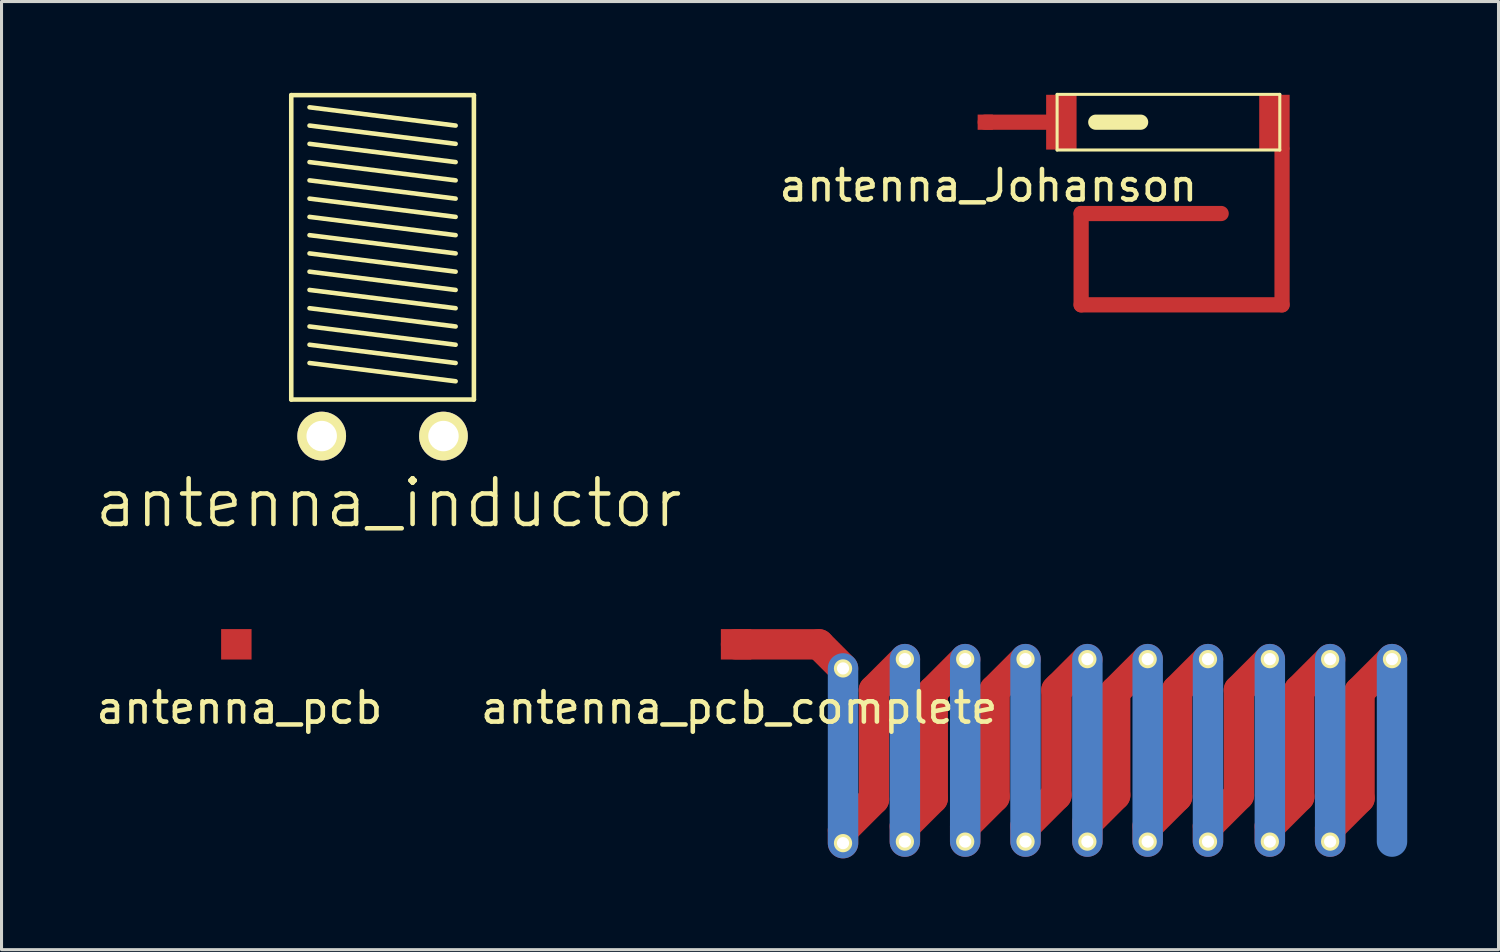
<source format=kicad_pcb>
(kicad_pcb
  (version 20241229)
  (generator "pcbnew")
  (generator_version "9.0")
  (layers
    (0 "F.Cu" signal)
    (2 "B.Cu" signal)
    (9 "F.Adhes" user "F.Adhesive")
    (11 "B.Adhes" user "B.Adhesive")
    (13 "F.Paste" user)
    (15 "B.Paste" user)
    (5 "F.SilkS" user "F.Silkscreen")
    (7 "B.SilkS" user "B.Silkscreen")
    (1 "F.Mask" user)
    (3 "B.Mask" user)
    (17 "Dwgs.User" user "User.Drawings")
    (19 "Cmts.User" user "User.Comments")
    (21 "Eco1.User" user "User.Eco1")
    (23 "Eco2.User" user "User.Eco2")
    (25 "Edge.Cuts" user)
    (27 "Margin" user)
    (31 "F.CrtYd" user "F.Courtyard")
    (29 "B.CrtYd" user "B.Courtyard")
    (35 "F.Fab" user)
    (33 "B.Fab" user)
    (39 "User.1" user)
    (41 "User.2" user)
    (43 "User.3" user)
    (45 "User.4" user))
  (footprint "antenna_pcb"
    (layer "F.Cu")
    (at 4.714 18.116)
    (property "Reference" "antenna_pcb" (at 0.102 2.083 0) (layer "F.SilkS") (effects (font (size 1 1) (thickness 0.15))))
    (attr through_hole)
    (pad "1" smd rect (at 0 0) (size 1 1) (layers "F.Cu")))
  (footprint "antenna_inductor"
    (layer "F.Cu")
    (at 9.518 10.075)
    (property "Reference" "antenna_inductor" (at 0.2 3.4 0) (layer "F.SilkS") (effects (font (size 1.5 1.5) (thickness 0.15))))
    (attr through_hole)
    (fp_line (start -3 -10) (end 3 -10) (stroke (width 0.15) (type solid)) (layer "F.SilkS"))
    (fp_line (start -3 0) (end -3 -10) (stroke (width 0.15) (type solid)) (layer "F.SilkS"))
    (fp_line (start -3 0) (end 3 0) (stroke (width 0.15) (type solid)) (layer "F.SilkS"))
    (fp_line (start -2.4 -9.6) (end 2.4 -9) (stroke (width 0.15) (type solid)) (layer "F.SilkS"))
    (fp_line (start -2.4 -9) (end 2.4 -8.4) (stroke (width 0.15) (type solid)) (layer "F.SilkS"))
    (fp_line (start -2.4 -8.4) (end 2.4 -7.8) (stroke (width 0.15) (type solid)) (layer "F.SilkS"))
    (fp_line (start -2.4 -7.8) (end 2.4 -7.2) (stroke (width 0.15) (type solid)) (layer "F.SilkS"))
    (fp_line (start -2.4 -7.2) (end 2.4 -6.6) (stroke (width 0.15) (type solid)) (layer "F.SilkS"))
    (fp_line (start -2.4 -6.6) (end 2.4 -6) (stroke (width 0.15) (type solid)) (layer "F.SilkS"))
    (fp_line (start -2.4 -6) (end 2.4 -5.4) (stroke (width 0.15) (type solid)) (layer "F.SilkS"))
    (fp_line (start -2.4 -5.4) (end 2.4 -4.8) (stroke (width 0.15) (type solid)) (layer "F.SilkS"))
    (fp_line (start -2.4 -4.8) (end 2.4 -4.2) (stroke (width 0.15) (type solid)) (layer "F.SilkS"))
    (fp_line (start -2.4 -4.2) (end 2.4 -3.6) (stroke (width 0.15) (type solid)) (layer "F.SilkS"))
    (fp_line (start -2.4 -3.6) (end 2.4 -3) (stroke (width 0.15) (type solid)) (layer "F.SilkS"))
    (fp_line (start -2.4 -3) (end 2.4 -2.4) (stroke (width 0.15) (type solid)) (layer "F.SilkS"))
    (fp_line (start -2.4 -2.4) (end 2.4 -1.8) (stroke (width 0.15) (type solid)) (layer "F.SilkS"))
    (fp_line (start -2.4 -1.8) (end 2.4 -1.2) (stroke (width 0.15) (type solid)) (layer "F.SilkS"))
    (fp_line (start -2.4 -1.2) (end 2.4 -0.6) (stroke (width 0.15) (type solid)) (layer "F.SilkS"))
    (fp_line (start 3 0) (end 3 -10) (stroke (width 0.15) (type solid)) (layer "F.SilkS"))
    (pad "1" thru_hole circle (at -2 1.2) (size 1.6 1.6) (drill 1) (layers "*.Cu" "*.Mask" "F.SilkS"))
    (pad "2" thru_hole circle (at 2 1.2) (size 1.6 1.6) (drill 1) (layers "*.Cu" "*.Mask" "F.SilkS")))
  (footprint "antenna_Johanson"
    (layer "F.Cu")
    (at 29.316 0.964)
    (property "Reference" "antenna_Johanson" (at 0.102 2.083 0) (layer "F.SilkS") (effects (font (size 1 1) (thickness 0.15))))
    (attr through_hole)
    (fp_line (start 0 0) (end 2 0) (stroke (width 0.5) (type solid)) (layer "F.Cu"))
    (fp_line (start 3.15 3) (end 7.75 3) (stroke (width 0.5) (type solid)) (layer "F.Cu"))
    (fp_line (start 3.15 6) (end 3.15 3) (stroke (width 0.5) (type solid)) (layer "F.Cu"))
    (fp_line (start 9.75 0.9) (end 9.75 6) (stroke (width 0.5) (type solid)) (layer "F.Cu"))
    (fp_line (start 9.75 6) (end 3.15 6) (stroke (width 0.5) (type solid)) (layer "F.Cu"))
    (fp_line (start 2.361 -0.914) (end 9.676 -0.914) (stroke (width 0.1) (type solid)) (layer "F.SilkS"))
    (fp_line (start 2.361 0.914) (end 2.361 -0.914) (stroke (width 0.1) (type solid)) (layer "F.SilkS"))
    (fp_line (start 3.631 0) (end 5.104 0) (stroke (width 0.5) (type solid)) (layer "F.SilkS"))
    (fp_line (start 9.676 -0.914) (end 9.676 0.914) (stroke (width 0.1) (type solid)) (layer "F.SilkS"))
    (fp_line (start 9.676 0.914) (end 2.361 0.914) (stroke (width 0.1) (type solid)) (layer "F.SilkS"))
    (pad "" connect rect (at 2.5 0) (size 1 1.8) (layers "F.Cu" "F.Mask"))
    (pad "" connect rect (at 9.5 0) (size 1 1.8) (layers "F.Cu" "F.Mask"))
    (pad "1" smd rect (at 0 0) (size 0.5 0.5) (layers "F.Cu")))
  (footprint "antenna_pcb_complete"
    (layer "F.Cu")
    (at 21.131 18.116)
    (property "Reference" "antenna_pcb_complete" (at 0.102 2.083 0) (layer "F.SilkS") (effects (font (size 1 1) (thickness 0.15))))
    (attr through_hole)
    (fp_line (start -0.063 -0.06) (end -0.002 0.001) (stroke (width 0.5) (type solid)) (layer "F.Cu"))
    (fp_line (start -0.001 0.001) (end 2.722 0.001) (stroke (width 1) (type solid)) (layer "F.Cu"))
    (fp_line (start 2.722 0.001) (end 3.513 0.792) (stroke (width 1) (type solid)) (layer "F.Cu"))
    (fp_line (start 3.513 6.108) (end 4.529 5.092) (stroke (width 1) (type solid)) (layer "F.Cu"))
    (fp_line (start 3.513 6.532) (end 3.513 6.108) (stroke (width 1) (type solid)) (layer "F.Cu"))
    (fp_line (start 4.529 1.503) (end 5.545 0.487) (stroke (width 1) (type solid)) (layer "F.Cu"))
    (fp_line (start 4.529 5.092) (end 4.529 1.503) (stroke (width 1) (type solid)) (layer "F.Cu"))
    (fp_line (start 5.545 5.973) (end 6.46 5.059) (stroke (width 1) (type solid)) (layer "F.Cu"))
    (fp_line (start 5.545 6.481) (end 5.545 5.973) (stroke (width 1) (type solid)) (layer "F.Cu"))
    (fp_line (start 6.46 1.554) (end 7.526 0.487) (stroke (width 1) (type solid)) (layer "F.Cu"))
    (fp_line (start 6.46 5.059) (end 6.46 1.554) (stroke (width 1) (type solid)) (layer "F.Cu"))
    (fp_line (start 7.526 5.973) (end 8.492 5.008) (stroke (width 1) (type solid)) (layer "F.Cu"))
    (fp_line (start 7.526 6.481) (end 7.526 5.973) (stroke (width 1) (type solid)) (layer "F.Cu"))
    (fp_line (start 8.492 1.503) (end 9.508 0.487) (stroke (width 1) (type solid)) (layer "F.Cu"))
    (fp_line (start 8.492 5.008) (end 8.492 1.503) (stroke (width 1) (type solid)) (layer "F.Cu"))
    (fp_line (start 9.508 5.973) (end 10.524 4.957) (stroke (width 1) (type solid)) (layer "F.Cu"))
    (fp_line (start 9.508 6.481) (end 9.508 5.973) (stroke (width 1) (type solid)) (layer "F.Cu"))
    (fp_line (start 10.524 1.503) (end 10.625 1.401) (stroke (width 1) (type solid)) (layer "F.Cu"))
    (fp_line (start 10.524 4.957) (end 10.524 1.503) (stroke (width 1) (type solid)) (layer "F.Cu"))
    (fp_line (start 10.625 1.401) (end 11.54 0.487) (stroke (width 1) (type solid)) (layer "F.Cu"))
    (fp_line (start 11.54 5.872) (end 12.454 4.957) (stroke (width 1) (type solid)) (layer "F.Cu"))
    (fp_line (start 11.54 6.481) (end 11.54 5.872) (stroke (width 1) (type solid)) (layer "F.Cu"))
    (fp_line (start 12.454 1.554) (end 13.521 0.487) (stroke (width 1) (type solid)) (layer "F.Cu"))
    (fp_line (start 12.454 4.957) (end 12.454 1.554) (stroke (width 1) (type solid)) (layer "F.Cu"))
    (fp_line (start 13.521 5.973) (end 14.486 5.008) (stroke (width 1) (type solid)) (layer "F.Cu"))
    (fp_line (start 13.521 6.481) (end 13.521 5.973) (stroke (width 1) (type solid)) (layer "F.Cu"))
    (fp_line (start 14.486 1.503) (end 15.502 0.487) (stroke (width 1) (type solid)) (layer "F.Cu"))
    (fp_line (start 14.486 5.008) (end 14.486 1.503) (stroke (width 1) (type solid)) (layer "F.Cu"))
    (fp_line (start 15.502 5.973) (end 16.518 4.957) (stroke (width 1) (type solid)) (layer "F.Cu"))
    (fp_line (start 15.502 6.481) (end 15.502 5.973) (stroke (width 1) (type solid)) (layer "F.Cu"))
    (fp_line (start 16.518 1.503) (end 17.534 0.487) (stroke (width 1) (type solid)) (layer "F.Cu"))
    (fp_line (start 16.518 4.957) (end 16.518 1.503) (stroke (width 1) (type solid)) (layer "F.Cu"))
    (fp_line (start 17.534 5.973) (end 18.499 5.008) (stroke (width 1) (type solid)) (layer "F.Cu"))
    (fp_line (start 17.534 6.481) (end 17.534 5.973) (stroke (width 1) (type solid)) (layer "F.Cu"))
    (fp_line (start 18.499 1.503) (end 19.515 0.487) (stroke (width 1) (type solid)) (layer "F.Cu"))
    (fp_line (start 18.499 5.008) (end 18.499 1.503) (stroke (width 1) (type solid)) (layer "F.Cu"))
    (fp_line (start 19.515 6.024) (end 20.48 5.059) (stroke (width 1) (type solid)) (layer "F.Cu"))
    (fp_line (start 19.515 6.481) (end 19.515 6.024) (stroke (width 1) (type solid)) (layer "F.Cu"))
    (fp_line (start 20.48 1.554) (end 21.547 0.487) (stroke (width 1) (type solid)) (layer "F.Cu"))
    (fp_line (start 20.48 5.059) (end 20.48 1.554) (stroke (width 1) (type solid)) (layer "F.Cu"))
    (fp_line (start 3.513 0.792) (end 3.513 6.532) (stroke (width 1) (type solid)) (layer "B.Cu"))
    (fp_line (start 5.545 0.487) (end 5.545 6.481) (stroke (width 1) (type solid)) (layer "B.Cu"))
    (fp_line (start 7.526 0.487) (end 7.526 6.481) (stroke (width 1) (type solid)) (layer "B.Cu"))
    (fp_line (start 9.508 0.487) (end 9.508 6.481) (stroke (width 1) (type solid)) (layer "B.Cu"))
    (fp_line (start 11.54 0.487) (end 11.54 6.481) (stroke (width 1) (type solid)) (layer "B.Cu"))
    (fp_line (start 13.521 0.487) (end 13.521 6.481) (stroke (width 1) (type solid)) (layer "B.Cu"))
    (fp_line (start 15.502 0.487) (end 15.502 6.481) (stroke (width 1) (type solid)) (layer "B.Cu"))
    (fp_line (start 17.534 0.487) (end 17.534 6.481) (stroke (width 1) (type solid)) (layer "B.Cu"))
    (fp_line (start 19.515 0.487) (end 19.515 6.481) (stroke (width 1) (type solid)) (layer "B.Cu"))
    (fp_line (start 21.547 0.487) (end 21.547 6.481) (stroke (width 1) (type solid)) (layer "B.Cu"))
    (pad "" thru_hole circle (at 3.513 0.792) (size 0.6 0.6) (drill 0.4) (layers "*.Cu" "*.Mask" "F.SilkS"))
    (pad "" thru_hole circle (at 3.513 6.532) (size 0.6 0.6) (drill 0.4) (layers "*.Cu" "*.Mask" "F.SilkS"))
    (pad "" thru_hole circle (at 5.545 0.487) (size 0.6 0.6) (drill 0.4) (layers "*.Cu" "*.Mask" "F.SilkS"))
    (pad "" thru_hole circle (at 5.545 6.481) (size 0.6 0.6) (drill 0.4) (layers "*.Cu" "*.Mask" "F.SilkS"))
    (pad "" thru_hole circle (at 7.526 0.487) (size 0.6 0.6) (drill 0.4) (layers "*.Cu" "*.Mask" "F.SilkS"))
    (pad "" thru_hole circle (at 7.526 6.481) (size 0.6 0.6) (drill 0.4) (layers "*.Cu" "*.Mask" "F.SilkS"))
    (pad "" thru_hole circle (at 9.508 0.487) (size 0.6 0.6) (drill 0.4) (layers "*.Cu" "*.Mask" "F.SilkS"))
    (pad "" thru_hole circle (at 9.508 6.481) (size 0.6 0.6) (drill 0.4) (layers "*.Cu" "*.Mask" "F.SilkS"))
    (pad "" thru_hole circle (at 11.54 0.487) (size 0.6 0.6) (drill 0.4) (layers "*.Cu" "*.Mask" "F.SilkS"))
    (pad "" thru_hole circle (at 11.54 6.481) (size 0.6 0.6) (drill 0.4) (layers "*.Cu" "*.Mask" "F.SilkS"))
    (pad "" thru_hole circle (at 13.521 0.487) (size 0.6 0.6) (drill 0.4) (layers "*.Cu" "*.Mask" "F.SilkS"))
    (pad "" thru_hole circle (at 13.521 6.481) (size 0.6 0.6) (drill 0.4) (layers "*.Cu" "*.Mask" "F.SilkS"))
    (pad "" thru_hole circle (at 15.502 0.487) (size 0.6 0.6) (drill 0.4) (layers "*.Cu" "*.Mask" "F.SilkS"))
    (pad "" thru_hole circle (at 15.502 6.481) (size 0.6 0.6) (drill 0.4) (layers "*.Cu" "*.Mask" "F.SilkS"))
    (pad "" thru_hole circle (at 17.534 0.487) (size 0.6 0.6) (drill 0.4) (layers "*.Cu" "*.Mask" "F.SilkS"))
    (pad "" thru_hole circle (at 17.534 6.481) (size 0.6 0.6) (drill 0.4) (layers "*.Cu" "*.Mask" "F.SilkS"))
    (pad "" thru_hole circle (at 19.515 0.487) (size 0.6 0.6) (drill 0.4) (layers "*.Cu" "*.Mask" "F.SilkS"))
    (pad "" thru_hole circle (at 19.515 6.481) (size 0.6 0.6) (drill 0.4) (layers "*.Cu" "*.Mask" "F.SilkS"))
    (pad "" thru_hole circle (at 21.547 0.487) (size 0.6 0.6) (drill 0.4) (layers "*.Cu" "*.Mask" "F.SilkS"))
    (pad "1" smd rect (at 0 0) (size 1 1) (layers "F.Cu")))
  (gr_rect
    (start -3 -3)
    (end 46.177 28.147)
    (stroke (width 0.1) (type default))
    (fill no)
    (layer "Edge.Cuts")))
</source>
